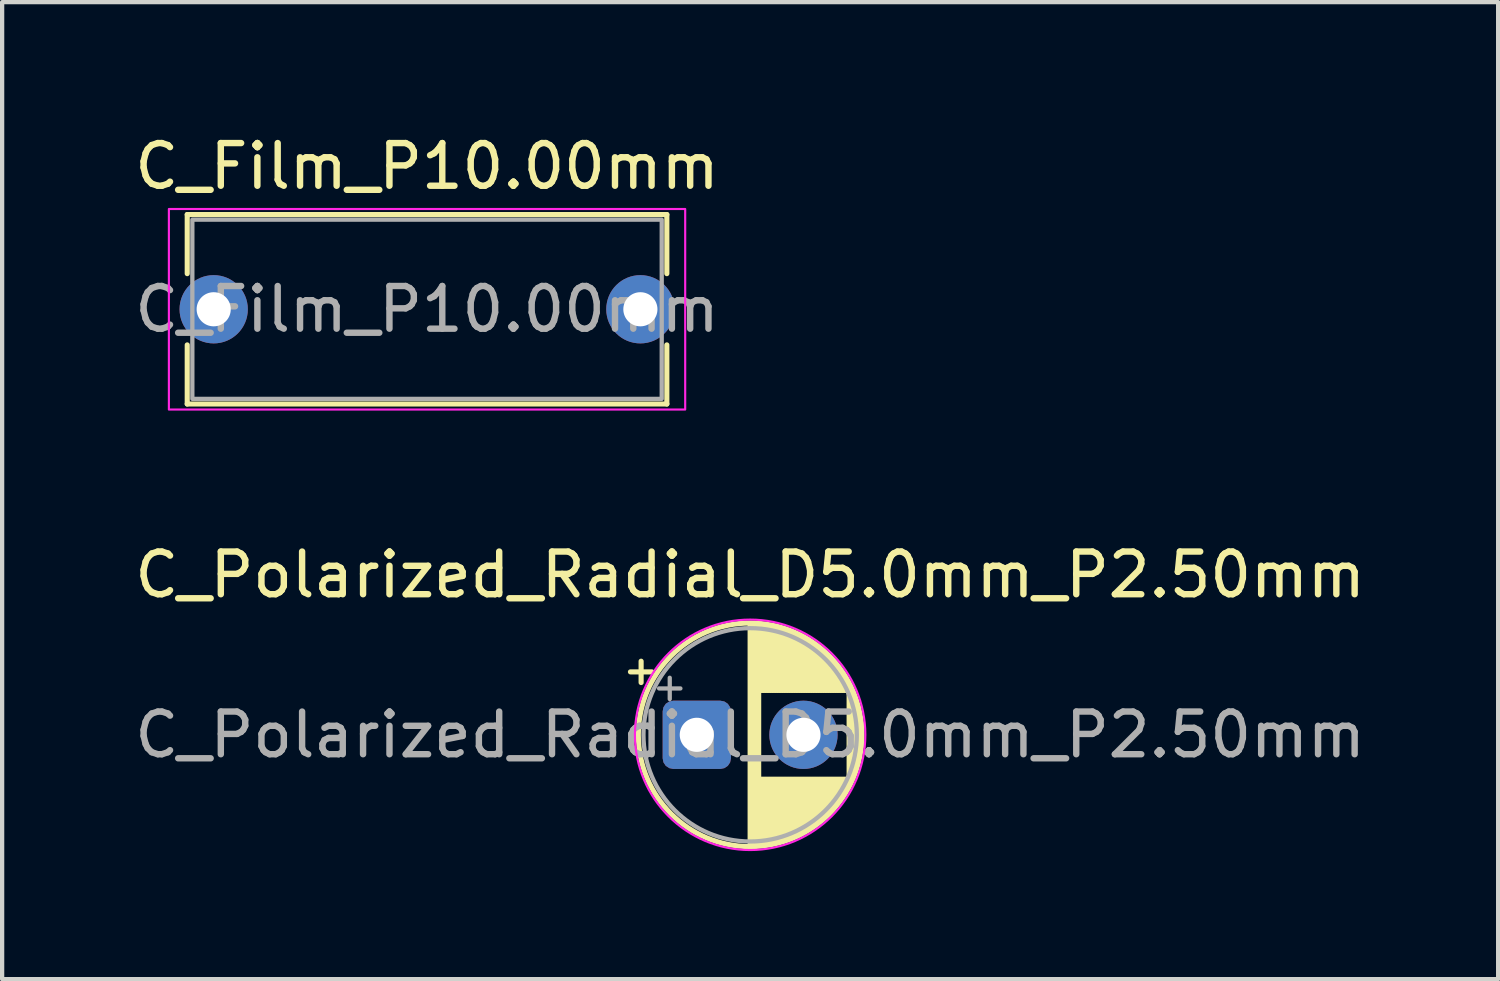
<source format=kicad_pcb>
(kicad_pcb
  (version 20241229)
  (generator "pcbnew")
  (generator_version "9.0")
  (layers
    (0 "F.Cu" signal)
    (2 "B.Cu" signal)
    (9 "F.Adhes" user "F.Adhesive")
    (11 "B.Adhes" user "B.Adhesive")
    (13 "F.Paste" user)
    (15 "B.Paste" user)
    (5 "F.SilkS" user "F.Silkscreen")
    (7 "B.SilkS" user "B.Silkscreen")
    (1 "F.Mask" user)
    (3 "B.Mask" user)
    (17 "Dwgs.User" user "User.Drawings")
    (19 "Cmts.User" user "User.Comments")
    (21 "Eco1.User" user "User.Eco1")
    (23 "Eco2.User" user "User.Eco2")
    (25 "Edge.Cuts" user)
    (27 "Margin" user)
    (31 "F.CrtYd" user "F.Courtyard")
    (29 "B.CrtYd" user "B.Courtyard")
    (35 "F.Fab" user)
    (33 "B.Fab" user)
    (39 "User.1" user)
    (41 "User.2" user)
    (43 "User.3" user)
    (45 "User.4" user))
  (footprint "C_Film_P10.00mm"
    (layer "F.Cu")
    (at 1.958 4.198)
    (property "Reference" "C_Film_P10.00mm" (at 5 -3.35 0) (layer "F.SilkS") (effects (font (size 1 1) (thickness 0.15))))
    (attr through_hole)
    (fp_line (start -0.62 -2.22) (end -0.62 -0.835) (stroke (width 0.12) (type solid)) (layer "F.SilkS"))
    (fp_line (start -0.62 -2.22) (end 10.62 -2.22) (stroke (width 0.12) (type solid)) (layer "F.SilkS"))
    (fp_line (start -0.62 0.835) (end -0.62 2.22) (stroke (width 0.12) (type solid)) (layer "F.SilkS"))
    (fp_line (start -0.62 2.22) (end 10.62 2.22) (stroke (width 0.12) (type solid)) (layer "F.SilkS"))
    (fp_line (start 10.62 -2.22) (end 10.62 -0.835) (stroke (width 0.12) (type solid)) (layer "F.SilkS"))
    (fp_line (start 10.62 0.835) (end 10.62 2.22) (stroke (width 0.12) (type solid)) (layer "F.SilkS"))
    (fp_rect (start -1.05 -2.35) (end 11.05 2.35) (stroke (width 0.05) (type solid)) (fill no) (layer "F.CrtYd"))
    (fp_rect (start -0.5 -2.1) (end 10.5 2.1) (stroke (width 0.1) (type solid)) (fill no) (layer "F.Fab"))
    (fp_text user "${REFERENCE}" (at 5 0 0) (layer "F.Fab") (effects (font (size 1 1) (thickness 0.15))))
    (pad "1" thru_hole circle (at 0 0) (size 1.6 1.6) (drill 0.8) (layers "*.Cu" "*.Mask"))
    (pad "2" thru_hole circle (at 10 0) (size 1.6 1.6) (drill 0.8) (layers "*.Cu" "*.Mask")))
  (footprint "C_Polarized_Radial_D5.0mm_P2.50mm"
    (layer "F.Cu")
    (at 13.28 14.171)
    (property "Reference" "C_Polarized_Radial_D5.0mm_P2.50mm" (at 1.25 -3.75 0) (layer "F.SilkS") (effects (font (size 1 1) (thickness 0.15))))
    (attr through_hole)
    (fp_line (start -1.555 -1.475) (end -1.055 -1.475) (stroke (width 0.12) (type solid)) (layer "F.SilkS"))
    (fp_line (start -1.305 -1.725) (end -1.305 -1.225) (stroke (width 0.12) (type solid)) (layer "F.SilkS"))
    (fp_line (start 1.25 -2.58) (end 1.25 2.58) (stroke (width 0.12) (type solid)) (layer "F.SilkS"))
    (fp_line (start 1.29 -2.58) (end 1.29 2.58) (stroke (width 0.12) (type solid)) (layer "F.SilkS"))
    (fp_line (start 1.33 -2.579) (end 1.33 2.579) (stroke (width 0.12) (type solid)) (layer "F.SilkS"))
    (fp_line (start 1.37 -2.577) (end 1.37 2.577) (stroke (width 0.12) (type solid)) (layer "F.SilkS"))
    (fp_line (start 1.41 -2.575) (end 1.41 2.575) (stroke (width 0.12) (type solid)) (layer "F.SilkS"))
    (fp_line (start 1.45 -2.572) (end 1.45 2.572) (stroke (width 0.12) (type solid)) (layer "F.SilkS"))
    (fp_line (start 1.49 -2.569) (end 1.49 -1.04) (stroke (width 0.12) (type solid)) (layer "F.SilkS"))
    (fp_line (start 1.49 1.04) (end 1.49 2.569) (stroke (width 0.12) (type solid)) (layer "F.SilkS"))
    (fp_line (start 1.53 -2.565) (end 1.53 -1.04) (stroke (width 0.12) (type solid)) (layer "F.SilkS"))
    (fp_line (start 1.53 1.04) (end 1.53 2.565) (stroke (width 0.12) (type solid)) (layer "F.SilkS"))
    (fp_line (start 1.57 -2.56) (end 1.57 -1.04) (stroke (width 0.12) (type solid)) (layer "F.SilkS"))
    (fp_line (start 1.57 1.04) (end 1.57 2.56) (stroke (width 0.12) (type solid)) (layer "F.SilkS"))
    (fp_line (start 1.61 -2.555) (end 1.61 -1.04) (stroke (width 0.12) (type solid)) (layer "F.SilkS"))
    (fp_line (start 1.61 1.04) (end 1.61 2.555) (stroke (width 0.12) (type solid)) (layer "F.SilkS"))
    (fp_line (start 1.65 -2.549) (end 1.65 -1.04) (stroke (width 0.12) (type solid)) (layer "F.SilkS"))
    (fp_line (start 1.65 1.04) (end 1.65 2.549) (stroke (width 0.12) (type solid)) (layer "F.SilkS"))
    (fp_line (start 1.69 -2.543) (end 1.69 -1.04) (stroke (width 0.12) (type solid)) (layer "F.SilkS"))
    (fp_line (start 1.69 1.04) (end 1.69 2.543) (stroke (width 0.12) (type solid)) (layer "F.SilkS"))
    (fp_line (start 1.73 -2.536) (end 1.73 -1.04) (stroke (width 0.12) (type solid)) (layer "F.SilkS"))
    (fp_line (start 1.73 1.04) (end 1.73 2.536) (stroke (width 0.12) (type solid)) (layer "F.SilkS"))
    (fp_line (start 1.77 -2.528) (end 1.77 -1.04) (stroke (width 0.12) (type solid)) (layer "F.SilkS"))
    (fp_line (start 1.77 1.04) (end 1.77 2.528) (stroke (width 0.12) (type solid)) (layer "F.SilkS"))
    (fp_line (start 1.81 -2.519) (end 1.81 -1.04) (stroke (width 0.12) (type solid)) (layer "F.SilkS"))
    (fp_line (start 1.81 1.04) (end 1.81 2.519) (stroke (width 0.12) (type solid)) (layer "F.SilkS"))
    (fp_line (start 1.85 -2.51) (end 1.85 -1.04) (stroke (width 0.12) (type solid)) (layer "F.SilkS"))
    (fp_line (start 1.85 1.04) (end 1.85 2.51) (stroke (width 0.12) (type solid)) (layer "F.SilkS"))
    (fp_line (start 1.89 -2.501) (end 1.89 -1.04) (stroke (width 0.12) (type solid)) (layer "F.SilkS"))
    (fp_line (start 1.89 1.04) (end 1.89 2.501) (stroke (width 0.12) (type solid)) (layer "F.SilkS"))
    (fp_line (start 1.93 -2.49) (end 1.93 -1.04) (stroke (width 0.12) (type solid)) (layer "F.SilkS"))
    (fp_line (start 1.93 1.04) (end 1.93 2.49) (stroke (width 0.12) (type solid)) (layer "F.SilkS"))
    (fp_line (start 1.97 -2.479) (end 1.97 -1.04) (stroke (width 0.12) (type solid)) (layer "F.SilkS"))
    (fp_line (start 1.97 1.04) (end 1.97 2.479) (stroke (width 0.12) (type solid)) (layer "F.SilkS"))
    (fp_line (start 2.01 -2.467) (end 2.01 -1.04) (stroke (width 0.12) (type solid)) (layer "F.SilkS"))
    (fp_line (start 2.01 1.04) (end 2.01 2.467) (stroke (width 0.12) (type solid)) (layer "F.SilkS"))
    (fp_line (start 2.05 -2.455) (end 2.05 -1.04) (stroke (width 0.12) (type solid)) (layer "F.SilkS"))
    (fp_line (start 2.05 1.04) (end 2.05 2.455) (stroke (width 0.12) (type solid)) (layer "F.SilkS"))
    (fp_line (start 2.09 -2.442) (end 2.09 -1.04) (stroke (width 0.12) (type solid)) (layer "F.SilkS"))
    (fp_line (start 2.09 1.04) (end 2.09 2.442) (stroke (width 0.12) (type solid)) (layer "F.SilkS"))
    (fp_line (start 2.13 -2.428) (end 2.13 -1.04) (stroke (width 0.12) (type solid)) (layer "F.SilkS"))
    (fp_line (start 2.13 1.04) (end 2.13 2.428) (stroke (width 0.12) (type solid)) (layer "F.SilkS"))
    (fp_line (start 2.17 -2.413) (end 2.17 -1.04) (stroke (width 0.12) (type solid)) (layer "F.SilkS"))
    (fp_line (start 2.17 1.04) (end 2.17 2.413) (stroke (width 0.12) (type solid)) (layer "F.SilkS"))
    (fp_line (start 2.21 -2.398) (end 2.21 -1.04) (stroke (width 0.12) (type solid)) (layer "F.SilkS"))
    (fp_line (start 2.21 1.04) (end 2.21 2.398) (stroke (width 0.12) (type solid)) (layer "F.SilkS"))
    (fp_line (start 2.25 -2.382) (end 2.25 -1.04) (stroke (width 0.12) (type solid)) (layer "F.SilkS"))
    (fp_line (start 2.25 1.04) (end 2.25 2.382) (stroke (width 0.12) (type solid)) (layer "F.SilkS"))
    (fp_line (start 2.29 -2.365) (end 2.29 -1.04) (stroke (width 0.12) (type solid)) (layer "F.SilkS"))
    (fp_line (start 2.29 1.04) (end 2.29 2.365) (stroke (width 0.12) (type solid)) (layer "F.SilkS"))
    (fp_line (start 2.33 -2.347) (end 2.33 -1.04) (stroke (width 0.12) (type solid)) (layer "F.SilkS"))
    (fp_line (start 2.33 1.04) (end 2.33 2.347) (stroke (width 0.12) (type solid)) (layer "F.SilkS"))
    (fp_line (start 2.37 -2.329) (end 2.37 -1.04) (stroke (width 0.12) (type solid)) (layer "F.SilkS"))
    (fp_line (start 2.37 1.04) (end 2.37 2.329) (stroke (width 0.12) (type solid)) (layer "F.SilkS"))
    (fp_line (start 2.41 -2.309) (end 2.41 -1.04) (stroke (width 0.12) (type solid)) (layer "F.SilkS"))
    (fp_line (start 2.41 1.04) (end 2.41 2.309) (stroke (width 0.12) (type solid)) (layer "F.SilkS"))
    (fp_line (start 2.45 -2.289) (end 2.45 -1.04) (stroke (width 0.12) (type solid)) (layer "F.SilkS"))
    (fp_line (start 2.45 1.04) (end 2.45 2.289) (stroke (width 0.12) (type solid)) (layer "F.SilkS"))
    (fp_line (start 2.49 -2.268) (end 2.49 -1.04) (stroke (width 0.12) (type solid)) (layer "F.SilkS"))
    (fp_line (start 2.49 1.04) (end 2.49 2.268) (stroke (width 0.12) (type solid)) (layer "F.SilkS"))
    (fp_line (start 2.53 -2.246) (end 2.53 -1.04) (stroke (width 0.12) (type solid)) (layer "F.SilkS"))
    (fp_line (start 2.53 1.04) (end 2.53 2.246) (stroke (width 0.12) (type solid)) (layer "F.SilkS"))
    (fp_line (start 2.57 -2.223) (end 2.57 -1.04) (stroke (width 0.12) (type solid)) (layer "F.SilkS"))
    (fp_line (start 2.57 1.04) (end 2.57 2.223) (stroke (width 0.12) (type solid)) (layer "F.SilkS"))
    (fp_line (start 2.61 -2.199) (end 2.61 -1.04) (stroke (width 0.12) (type solid)) (layer "F.SilkS"))
    (fp_line (start 2.61 1.04) (end 2.61 2.199) (stroke (width 0.12) (type solid)) (layer "F.SilkS"))
    (fp_line (start 2.65 -2.175) (end 2.65 -1.04) (stroke (width 0.12) (type solid)) (layer "F.SilkS"))
    (fp_line (start 2.65 1.04) (end 2.65 2.175) (stroke (width 0.12) (type solid)) (layer "F.SilkS"))
    (fp_line (start 2.69 -2.149) (end 2.69 -1.04) (stroke (width 0.12) (type solid)) (layer "F.SilkS"))
    (fp_line (start 2.69 1.04) (end 2.69 2.149) (stroke (width 0.12) (type solid)) (layer "F.SilkS"))
    (fp_line (start 2.73 -2.122) (end 2.73 -1.04) (stroke (width 0.12) (type solid)) (layer "F.SilkS"))
    (fp_line (start 2.73 1.04) (end 2.73 2.122) (stroke (width 0.12) (type solid)) (layer "F.SilkS"))
    (fp_line (start 2.77 -2.094) (end 2.77 -1.04) (stroke (width 0.12) (type solid)) (layer "F.SilkS"))
    (fp_line (start 2.77 1.04) (end 2.77 2.094) (stroke (width 0.12) (type solid)) (layer "F.SilkS"))
    (fp_line (start 2.81 -2.065) (end 2.81 -1.04) (stroke (width 0.12) (type solid)) (layer "F.SilkS"))
    (fp_line (start 2.81 1.04) (end 2.81 2.065) (stroke (width 0.12) (type solid)) (layer "F.SilkS"))
    (fp_line (start 2.85 -2.035) (end 2.85 -1.04) (stroke (width 0.12) (type solid)) (layer "F.SilkS"))
    (fp_line (start 2.85 1.04) (end 2.85 2.035) (stroke (width 0.12) (type solid)) (layer "F.SilkS"))
    (fp_line (start 2.89 -2.003) (end 2.89 -1.04) (stroke (width 0.12) (type solid)) (layer "F.SilkS"))
    (fp_line (start 2.89 1.04) (end 2.89 2.003) (stroke (width 0.12) (type solid)) (layer "F.SilkS"))
    (fp_line (start 2.93 -1.97) (end 2.93 -1.04) (stroke (width 0.12) (type solid)) (layer "F.SilkS"))
    (fp_line (start 2.93 1.04) (end 2.93 1.97) (stroke (width 0.12) (type solid)) (layer "F.SilkS"))
    (fp_line (start 2.97 -1.936) (end 2.97 -1.04) (stroke (width 0.12) (type solid)) (layer "F.SilkS"))
    (fp_line (start 2.97 1.04) (end 2.97 1.936) (stroke (width 0.12) (type solid)) (layer "F.SilkS"))
    (fp_line (start 3.01 -1.901) (end 3.01 -1.04) (stroke (width 0.12) (type solid)) (layer "F.SilkS"))
    (fp_line (start 3.01 1.04) (end 3.01 1.901) (stroke (width 0.12) (type solid)) (layer "F.SilkS"))
    (fp_line (start 3.05 -1.864) (end 3.05 -1.04) (stroke (width 0.12) (type solid)) (layer "F.SilkS"))
    (fp_line (start 3.05 1.04) (end 3.05 1.864) (stroke (width 0.12) (type solid)) (layer "F.SilkS"))
    (fp_line (start 3.09 -1.825) (end 3.09 -1.04) (stroke (width 0.12) (type solid)) (layer "F.SilkS"))
    (fp_line (start 3.09 1.04) (end 3.09 1.825) (stroke (width 0.12) (type solid)) (layer "F.SilkS"))
    (fp_line (start 3.13 -1.785) (end 3.13 -1.04) (stroke (width 0.12) (type solid)) (layer "F.SilkS"))
    (fp_line (start 3.13 1.04) (end 3.13 1.785) (stroke (width 0.12) (type solid)) (layer "F.SilkS"))
    (fp_line (start 3.17 -1.743) (end 3.17 -1.04) (stroke (width 0.12) (type solid)) (layer "F.SilkS"))
    (fp_line (start 3.17 1.04) (end 3.17 1.743) (stroke (width 0.12) (type solid)) (layer "F.SilkS"))
    (fp_line (start 3.21 -1.699) (end 3.21 -1.04) (stroke (width 0.12) (type solid)) (layer "F.SilkS"))
    (fp_line (start 3.21 1.04) (end 3.21 1.699) (stroke (width 0.12) (type solid)) (layer "F.SilkS"))
    (fp_line (start 3.25 -1.652) (end 3.25 -1.04) (stroke (width 0.12) (type solid)) (layer "F.SilkS"))
    (fp_line (start 3.25 1.04) (end 3.25 1.652) (stroke (width 0.12) (type solid)) (layer "F.SilkS"))
    (fp_line (start 3.29 -1.604) (end 3.29 -1.04) (stroke (width 0.12) (type solid)) (layer "F.SilkS"))
    (fp_line (start 3.29 1.04) (end 3.29 1.604) (stroke (width 0.12) (type solid)) (layer "F.SilkS"))
    (fp_line (start 3.33 -1.553) (end 3.33 -1.04) (stroke (width 0.12) (type solid)) (layer "F.SilkS"))
    (fp_line (start 3.33 1.04) (end 3.33 1.553) (stroke (width 0.12) (type solid)) (layer "F.SilkS"))
    (fp_line (start 3.37 -1.499) (end 3.37 -1.04) (stroke (width 0.12) (type solid)) (layer "F.SilkS"))
    (fp_line (start 3.37 1.04) (end 3.37 1.499) (stroke (width 0.12) (type solid)) (layer "F.SilkS"))
    (fp_line (start 3.41 -1.443) (end 3.41 -1.04) (stroke (width 0.12) (type solid)) (layer "F.SilkS"))
    (fp_line (start 3.41 1.04) (end 3.41 1.443) (stroke (width 0.12) (type solid)) (layer "F.SilkS"))
    (fp_line (start 3.45 -1.383) (end 3.45 -1.04) (stroke (width 0.12) (type solid)) (layer "F.SilkS"))
    (fp_line (start 3.45 1.04) (end 3.45 1.383) (stroke (width 0.12) (type solid)) (layer "F.SilkS"))
    (fp_line (start 3.49 -1.319) (end 3.49 -1.04) (stroke (width 0.12) (type solid)) (layer "F.SilkS"))
    (fp_line (start 3.49 1.04) (end 3.49 1.319) (stroke (width 0.12) (type solid)) (layer "F.SilkS"))
    (fp_line (start 3.53 -1.251) (end 3.53 -1.04) (stroke (width 0.12) (type solid)) (layer "F.SilkS"))
    (fp_line (start 3.53 1.04) (end 3.53 1.251) (stroke (width 0.12) (type solid)) (layer "F.SilkS"))
    (fp_line (start 3.57 -1.177) (end 3.57 1.177) (stroke (width 0.12) (type solid)) (layer "F.SilkS"))
    (fp_line (start 3.61 -1.098) (end 3.61 1.098) (stroke (width 0.12) (type solid)) (layer "F.SilkS"))
    (fp_line (start 3.65 -1.011) (end 3.65 1.011) (stroke (width 0.12) (type solid)) (layer "F.SilkS"))
    (fp_line (start 3.69 -0.914) (end 3.69 0.914) (stroke (width 0.12) (type solid)) (layer "F.SilkS"))
    (fp_line (start 3.73 -0.805) (end 3.73 0.805) (stroke (width 0.12) (type solid)) (layer "F.SilkS"))
    (fp_line (start 3.77 -0.677) (end 3.77 0.677) (stroke (width 0.12) (type solid)) (layer "F.SilkS"))
    (fp_line (start 3.81 -0.517) (end 3.81 0.517) (stroke (width 0.12) (type solid)) (layer "F.SilkS"))
    (fp_line (start 3.85 -0.283) (end 3.85 0.283) (stroke (width 0.12) (type solid)) (layer "F.SilkS"))
    (fp_circle (center 1.25 0) (end 3.87 0) (stroke (width 0.12) (type solid)) (fill no) (layer "F.SilkS"))
    (fp_circle (center 1.25 0) (end 3.95 0) (stroke (width 0.05) (type solid)) (fill no) (layer "F.CrtYd"))
    (fp_line (start -0.884 -1.087) (end -0.384 -1.087) (stroke (width 0.1) (type solid)) (layer "F.Fab"))
    (fp_line (start -0.634 -1.337) (end -0.634 -0.838) (stroke (width 0.1) (type solid)) (layer "F.Fab"))
    (fp_circle (center 1.25 0) (end 3.75 0) (stroke (width 0.1) (type solid)) (fill no) (layer "F.Fab"))
    (fp_text user "${REFERENCE}" (at 1.25 0 0) (layer "F.Fab") (effects (font (size 1 1) (thickness 0.15))))
    (pad "1" thru_hole roundrect (at 0 0) (size 1.6 1.6) (drill 0.8) (layers "*.Cu" "*.Mask") (roundrect_rratio 0.156))
    (pad "2" thru_hole circle (at 2.5 0) (size 1.6 1.6) (drill 0.8) (layers "*.Cu" "*.Mask")))
  (gr_rect
    (start -3 -3)
    (end 32.06 19.896)
    (stroke (width 0.1) (type default))
    (fill no)
    (layer "Edge.Cuts")))
</source>
